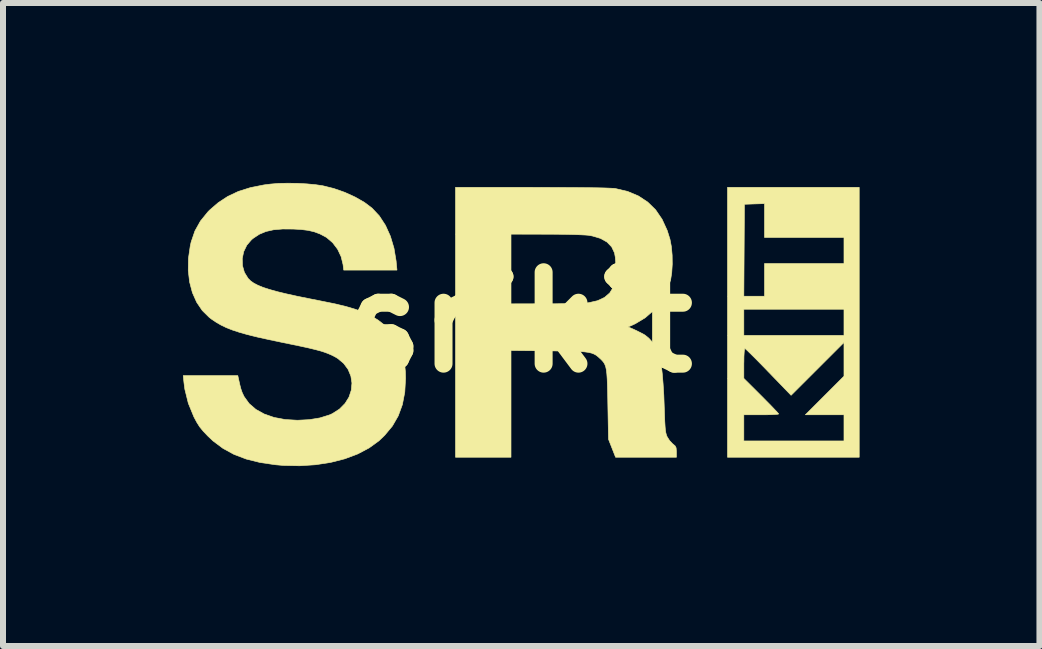
<source format=kicad_pcb>
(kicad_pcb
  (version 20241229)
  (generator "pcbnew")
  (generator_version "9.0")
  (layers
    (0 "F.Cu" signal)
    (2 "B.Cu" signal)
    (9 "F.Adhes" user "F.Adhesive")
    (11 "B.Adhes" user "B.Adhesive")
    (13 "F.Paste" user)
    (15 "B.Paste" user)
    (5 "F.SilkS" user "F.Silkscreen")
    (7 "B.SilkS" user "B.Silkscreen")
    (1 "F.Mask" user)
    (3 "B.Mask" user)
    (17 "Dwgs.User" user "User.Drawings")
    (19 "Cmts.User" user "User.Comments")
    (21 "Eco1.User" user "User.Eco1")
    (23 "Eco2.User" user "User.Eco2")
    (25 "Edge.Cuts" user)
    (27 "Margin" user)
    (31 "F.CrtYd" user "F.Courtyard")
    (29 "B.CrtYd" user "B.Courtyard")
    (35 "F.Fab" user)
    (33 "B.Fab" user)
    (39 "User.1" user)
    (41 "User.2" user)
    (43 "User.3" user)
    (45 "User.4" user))
  (footprint "srikit"
    (layer "F.Cu")
    (at 5.615 2.324)
    (property "Reference" "srikit" (at 0 0 0) (layer "F.SilkS") (effects (font (size 1.524 1.524) (thickness 0.3))))
    (attr through_hole)
    (fp_poly (pts (xy 5.661 2.25) (xy 3.465 2.25) (xy 3.465 0.685) (xy 3.737 0.685) (xy 3.737 0.935) (xy 4.028 1.225) (xy 4.111 1.309) (xy 4.185 1.384) (xy 4.246 1.448) (xy 4.291 1.495) (xy 4.315 1.523) (xy 4.318 1.528) (xy 4.301 1.533) (xy 4.254 1.537) (xy 4.182 1.54) (xy 4.092 1.542) (xy 4.028 1.542) (xy 3.737 1.542) (xy 3.737 1.978) (xy 5.407 1.978) (xy 5.407 1.542) (xy 4.763 1.542) (xy 5.085 1.22) (xy 5.407 0.898) (xy 5.407 0.336) (xy 4.525 1.217) (xy 4.147 0.826) (xy 4.052 0.728) (xy 3.965 0.639) (xy 3.888 0.562) (xy 3.826 0.501) (xy 3.781 0.458) (xy 3.757 0.437) (xy 3.754 0.435) (xy 3.748 0.452) (xy 3.743 0.499) (xy 3.739 0.569) (xy 3.738 0.656) (xy 3.737 0.685) (xy 3.465 0.685) (xy 3.465 -0.218) (xy 3.737 -0.218) (xy 3.737 0.218) (xy 5.407 0.218) (xy 5.407 -0.218) (xy 3.737 -0.218) (xy 3.465 -0.218) (xy 3.465 -0.435) (xy 3.737 -0.435) (xy 4.082 -0.435) (xy 4.082 -0.98) (xy 5.407 -0.98) (xy 5.407 -1.415) (xy 4.082 -1.415) (xy 4.082 -1.979) (xy 3.914 -1.974) (xy 3.747 -1.968) (xy 3.742 -1.202) (xy 3.737 -0.435) (xy 3.465 -0.435) (xy 3.465 -2.25) (xy 5.661 -2.25) (xy 5.661 2.25)) (stroke (width 0.01) (type solid)) (fill yes) (layer "F.SilkS"))
    (fp_poly (pts (xy 0.204 -2.25) (xy 0.474 -2.249) (xy 0.718 -2.248) (xy 0.937 -2.247) (xy 1.127 -2.245) (xy 1.287 -2.243) (xy 1.417 -2.24) (xy 1.514 -2.236) (xy 1.577 -2.233) (xy 1.597 -2.23) (xy 1.8 -2.182) (xy 1.979 -2.107) (xy 2.134 -2.005) (xy 2.266 -1.876) (xy 2.374 -1.718) (xy 2.459 -1.533) (xy 2.506 -1.384) (xy 2.529 -1.262) (xy 2.542 -1.119) (xy 2.544 -0.97) (xy 2.535 -0.827) (xy 2.516 -0.706) (xy 2.515 -0.703) (xy 2.454 -0.521) (xy 2.361 -0.353) (xy 2.239 -0.203) (xy 2.094 -0.077) (xy 1.927 0.024) (xy 1.892 0.04) (xy 1.809 0.077) (xy 1.916 0.124) (xy 1.986 0.158) (xy 2.055 0.193) (xy 2.092 0.215) (xy 2.154 0.266) (xy 2.218 0.337) (xy 2.275 0.417) (xy 2.314 0.492) (xy 2.32 0.508) (xy 2.341 0.593) (xy 2.36 0.711) (xy 2.377 0.856) (xy 2.391 1.026) (xy 2.403 1.216) (xy 2.41 1.406) (xy 2.415 1.545) (xy 2.419 1.653) (xy 2.424 1.734) (xy 2.429 1.795) (xy 2.436 1.839) (xy 2.445 1.873) (xy 2.455 1.901) (xy 2.464 1.917) (xy 2.5 1.973) (xy 2.545 2.021) (xy 2.558 2.032) (xy 2.591 2.06) (xy 2.608 2.093) (xy 2.612 2.143) (xy 2.613 2.16) (xy 2.613 2.25) (xy 1.599 2.25) (xy 1.54 2.1) (xy 1.481 1.95) (xy 1.47 1.37) (xy 1.467 1.198) (xy 1.463 1.059) (xy 1.459 0.948) (xy 1.453 0.86) (xy 1.445 0.793) (xy 1.434 0.741) (xy 1.419 0.701) (xy 1.4 0.668) (xy 1.376 0.639) (xy 1.346 0.609) (xy 1.34 0.604) (xy 1.307 0.574) (xy 1.275 0.549) (xy 1.239 0.529) (xy 1.197 0.513) (xy 1.144 0.501) (xy 1.076 0.492) (xy 0.99 0.486) (xy 0.88 0.482) (xy 0.745 0.479) (xy 0.579 0.477) (xy 0.485 0.476) (xy -0.145 0.47) (xy -0.145 2.25) (xy -1.07 2.25) (xy -1.07 -0.308) (xy -0.145 -0.308) (xy 0.44 -0.309) (xy 0.589 -0.309) (xy 0.732 -0.311) (xy 0.864 -0.314) (xy 0.978 -0.317) (xy 1.071 -0.321) (xy 1.134 -0.325) (xy 1.152 -0.327) (xy 1.297 -0.36) (xy 1.413 -0.414) (xy 1.501 -0.489) (xy 1.562 -0.587) (xy 1.582 -0.642) (xy 1.594 -0.706) (xy 1.601 -0.794) (xy 1.603 -0.895) (xy 1.601 -0.996) (xy 1.594 -1.086) (xy 1.582 -1.153) (xy 1.581 -1.157) (xy 1.534 -1.257) (xy 1.456 -1.338) (xy 1.348 -1.399) (xy 1.209 -1.44) (xy 1.149 -1.451) (xy 1.1 -1.455) (xy 1.02 -1.459) (xy 0.916 -1.463) (xy 0.791 -1.466) (xy 0.653 -1.468) (xy 0.506 -1.469) (xy 0.44 -1.469) (xy -0.145 -1.47) (xy -0.145 -0.308) (xy -1.07 -0.308) (xy -1.07 -2.25) (xy 0.204 -2.25)) (stroke (width 0.01) (type solid)) (fill yes) (layer "F.SilkS"))
    (fp_poly (pts (xy -3.706 -2.317) (xy -3.546 -2.308) (xy -3.399 -2.294) (xy -3.284 -2.277) (xy -3.099 -2.231) (xy -2.916 -2.167) (xy -2.743 -2.088) (xy -2.588 -1.999) (xy -2.462 -1.904) (xy -2.341 -1.775) (xy -2.238 -1.617) (xy -2.156 -1.436) (xy -2.096 -1.235) (xy -2.06 -1.019) (xy -2.059 -1.002) (xy -2.046 -0.871) (xy -2.934 -0.871) (xy -2.945 -0.963) (xy -2.977 -1.094) (xy -3.036 -1.219) (xy -3.119 -1.328) (xy -3.218 -1.413) (xy -3.238 -1.425) (xy -3.331 -1.474) (xy -3.425 -1.509) (xy -3.527 -1.533) (xy -3.648 -1.548) (xy -3.774 -1.555) (xy -3.953 -1.556) (xy -4.104 -1.543) (xy -4.232 -1.514) (xy -4.342 -1.468) (xy -4.44 -1.403) (xy -4.472 -1.377) (xy -4.55 -1.286) (xy -4.602 -1.178) (xy -4.626 -1.062) (xy -4.622 -0.944) (xy -4.59 -0.832) (xy -4.528 -0.732) (xy -4.527 -0.731) (xy -4.487 -0.691) (xy -4.435 -0.654) (xy -4.368 -0.619) (xy -4.284 -0.584) (xy -4.18 -0.55) (xy -4.053 -0.514) (xy -3.901 -0.477) (xy -3.721 -0.437) (xy -3.509 -0.394) (xy -3.302 -0.353) (xy -3.08 -0.308) (xy -2.89 -0.262) (xy -2.728 -0.213) (xy -2.588 -0.161) (xy -2.467 -0.102) (xy -2.36 -0.036) (xy -2.262 0.04) (xy -2.215 0.083) (xy -2.106 0.201) (xy -2.023 0.329) (xy -1.963 0.472) (xy -1.924 0.635) (xy -1.906 0.823) (xy -1.903 0.934) (xy -1.916 1.165) (xy -1.956 1.372) (xy -2.025 1.56) (xy -2.123 1.73) (xy -2.252 1.885) (xy -2.346 1.975) (xy -2.51 2.094) (xy -2.701 2.195) (xy -2.917 2.276) (xy -3.152 2.336) (xy -3.405 2.375) (xy -3.67 2.392) (xy -3.945 2.386) (xy -4.073 2.375) (xy -4.33 2.337) (xy -4.559 2.28) (xy -4.764 2.202) (xy -4.947 2.102) (xy -5.113 1.978) (xy -5.2 1.896) (xy -5.277 1.815) (xy -5.336 1.743) (xy -5.384 1.667) (xy -5.432 1.577) (xy -5.525 1.35) (xy -5.583 1.116) (xy -5.597 1.011) (xy -5.61 0.889) (xy -4.7 0.889) (xy -4.689 0.939) (xy -4.667 1.038) (xy -4.648 1.111) (xy -4.628 1.169) (xy -4.604 1.22) (xy -4.594 1.24) (xy -4.511 1.355) (xy -4.399 1.452) (xy -4.26 1.529) (xy -4.096 1.586) (xy -3.911 1.621) (xy -3.707 1.633) (xy -3.704 1.633) (xy -3.508 1.623) (xy -3.331 1.594) (xy -3.177 1.546) (xy -3.126 1.524) (xy -3.005 1.447) (xy -2.912 1.353) (xy -2.846 1.247) (xy -2.808 1.132) (xy -2.797 1.013) (xy -2.815 0.896) (xy -2.861 0.785) (xy -2.935 0.685) (xy -3.037 0.6) (xy -3.093 0.568) (xy -3.146 0.542) (xy -3.2 0.519) (xy -3.26 0.497) (xy -3.33 0.475) (xy -3.414 0.453) (xy -3.518 0.428) (xy -3.645 0.4) (xy -3.799 0.368) (xy -3.955 0.336) (xy -4.178 0.289) (xy -4.369 0.247) (xy -4.532 0.207) (xy -4.67 0.168) (xy -4.789 0.129) (xy -4.891 0.089) (xy -4.98 0.046) (xy -5.061 -0.001) (xy -5.138 -0.053) (xy -5.177 -0.083) (xy -5.292 -0.196) (xy -5.386 -0.335) (xy -5.457 -0.495) (xy -5.504 -0.673) (xy -5.526 -0.864) (xy -5.523 -1.065) (xy -5.493 -1.271) (xy -5.478 -1.339) (xy -5.415 -1.523) (xy -5.323 -1.688) (xy -5.199 -1.841) (xy -5.172 -1.869) (xy -5.025 -1.996) (xy -4.866 -2.1) (xy -4.689 -2.183) (xy -4.489 -2.246) (xy -4.263 -2.291) (xy -4.152 -2.305) (xy -4.021 -2.316) (xy -3.868 -2.319) (xy -3.706 -2.317)) (stroke (width 0.01) (type solid)) (fill yes) (layer "F.SilkS")))
  (gr_rect
    (start -3 -3)
    (end 14.281 7.721)
    (stroke (width 0.1) (type default))
    (fill no)
    (layer "Edge.Cuts")))
</source>
